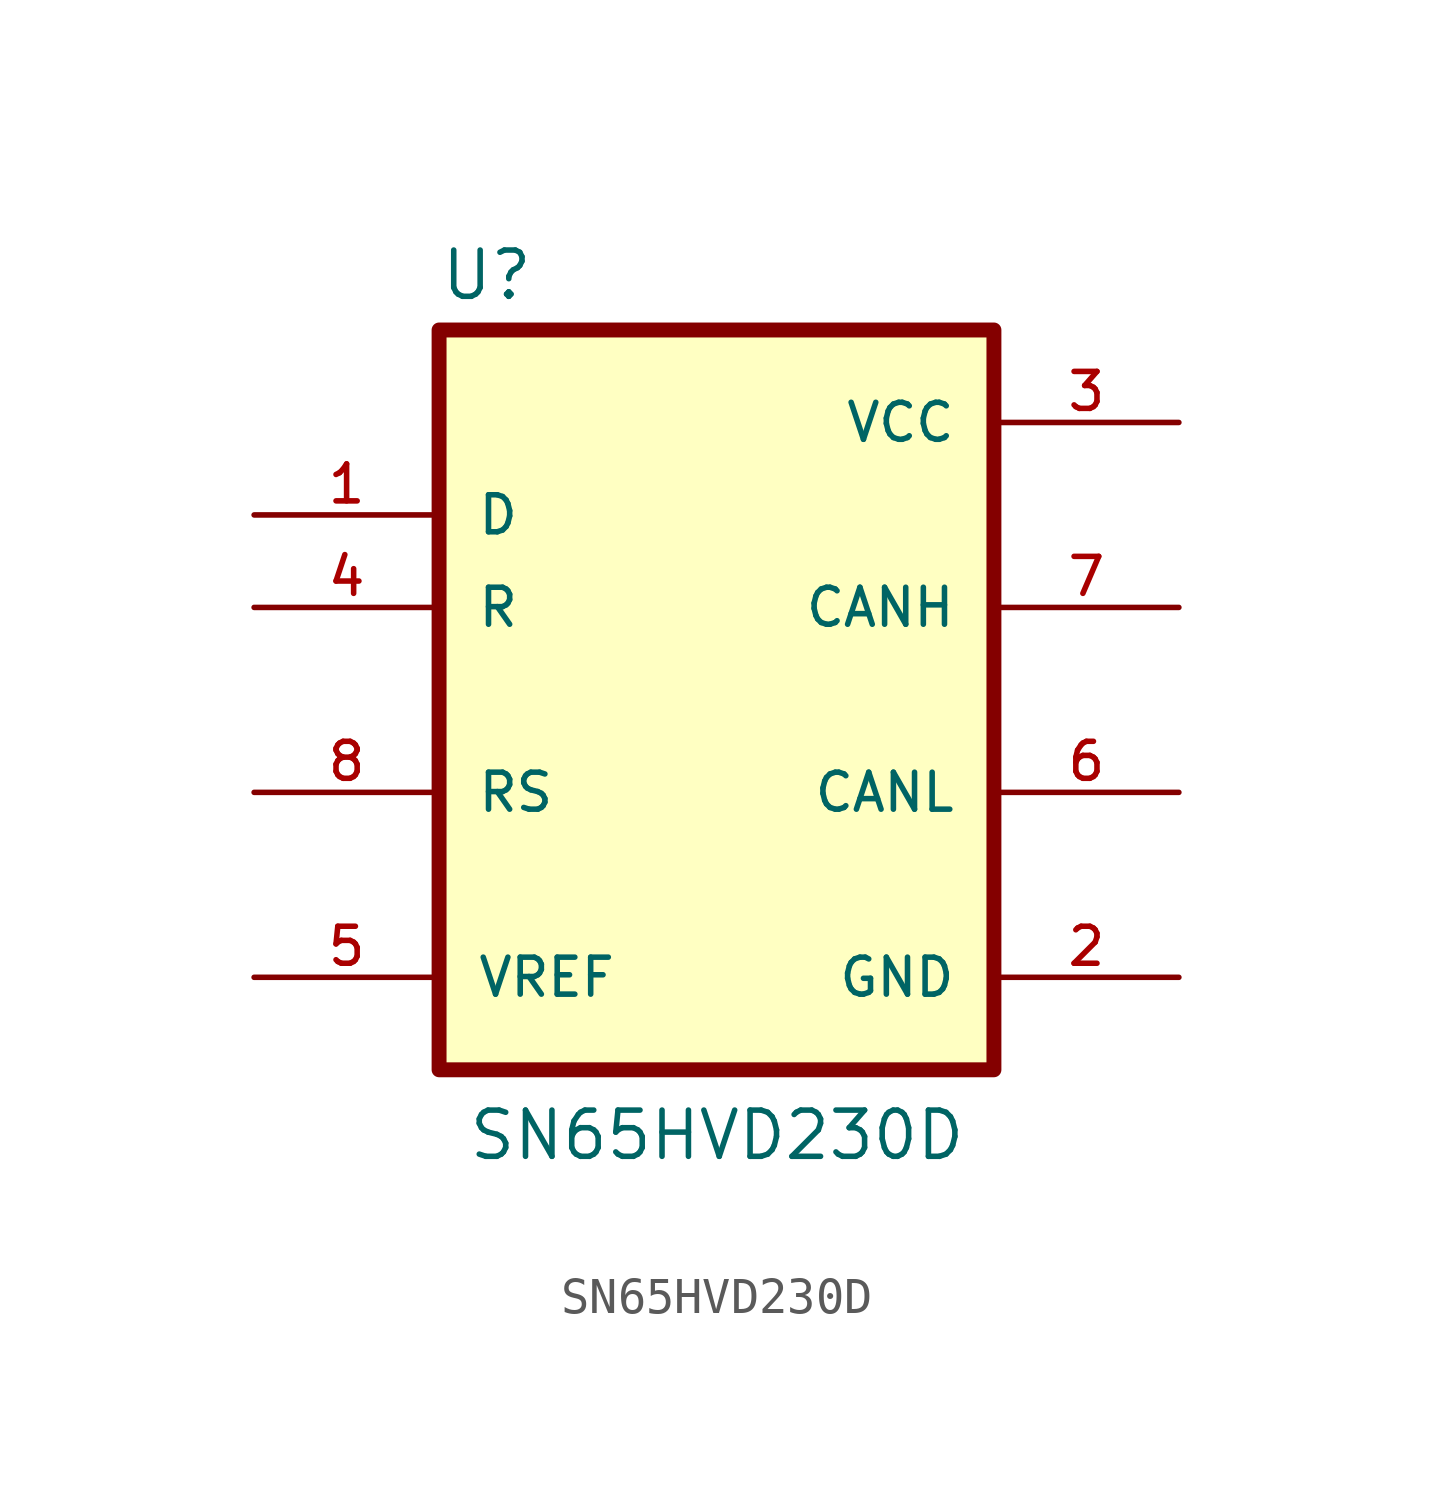
<source format=kicad_sym>
(kicad_symbol_lib
  (version 20241209)
  (generator "kicad_symbol_editor")
  (generator_version "9.0")
  (symbol "SN65HVD230D"
    (pin_names
      (offset 1.016))
    (property "Reference" "U"
      (at -7.62 10.922 0)
      (effects (font (size 1.27 1.27)) (justify left bottom)))
    (property "Value" "SN65HVD230D"
      (at -6.858 -12.7 0)
      (effects (font (size 1.27 1.27)) (justify left bottom)))
    (symbol "SN65HVD230D_0_0"
      (rectangle (start -7.62 10.16) (end 7.62 -10.16) (stroke (width 0.41) (type default)) (fill (type background)))
      (pin power_in line (at 12.7 7.62 180) (length 5.08) (name "VCC" (effects (font (size 1.016 1.016)))) (number "3" (effects (font (size 1.016 1.016)))))
      (pin power_in line (at 12.7 -7.62 180) (length 5.08) (name "GND" (effects (font (size 1.016 1.016)))) (number "2" (effects (font (size 1.016 1.016))))))
    (symbol "SN65HVD230D_1_0"
      (pin input line (at -12.7 5.08 0) (length 5.08) (name "D" (effects (font (size 1.016 1.016)))) (number "1" (effects (font (size 1.016 1.016)))))
      (pin input line (at -12.7 2.54 0) (length 5.08) (name "R" (effects (font (size 1.016 1.016)))) (number "4" (effects (font (size 1.016 1.016)))))
      (pin input line (at -12.7 -2.54 0) (length 5.08) (name "RS" (effects (font (size 1.016 1.016)))) (number "8" (effects (font (size 1.016 1.016)))))
      (pin input line (at -12.7 -7.62 0) (length 5.08) (name "VREF" (effects (font (size 1.016 1.016)))) (number "5" (effects (font (size 1.016 1.016)))))
      (pin bidirectional line (at 12.7 2.54 180) (length 5.08) (name "CANH" (effects (font (size 1.016 1.016)))) (number "7" (effects (font (size 1.016 1.016)))))
      (pin bidirectional line (at 12.7 -2.54 180) (length 5.08) (name "CANL" (effects (font (size 1.016 1.016)))) (number "6" (effects (font (size 1.016 1.016))))))))
</source>
